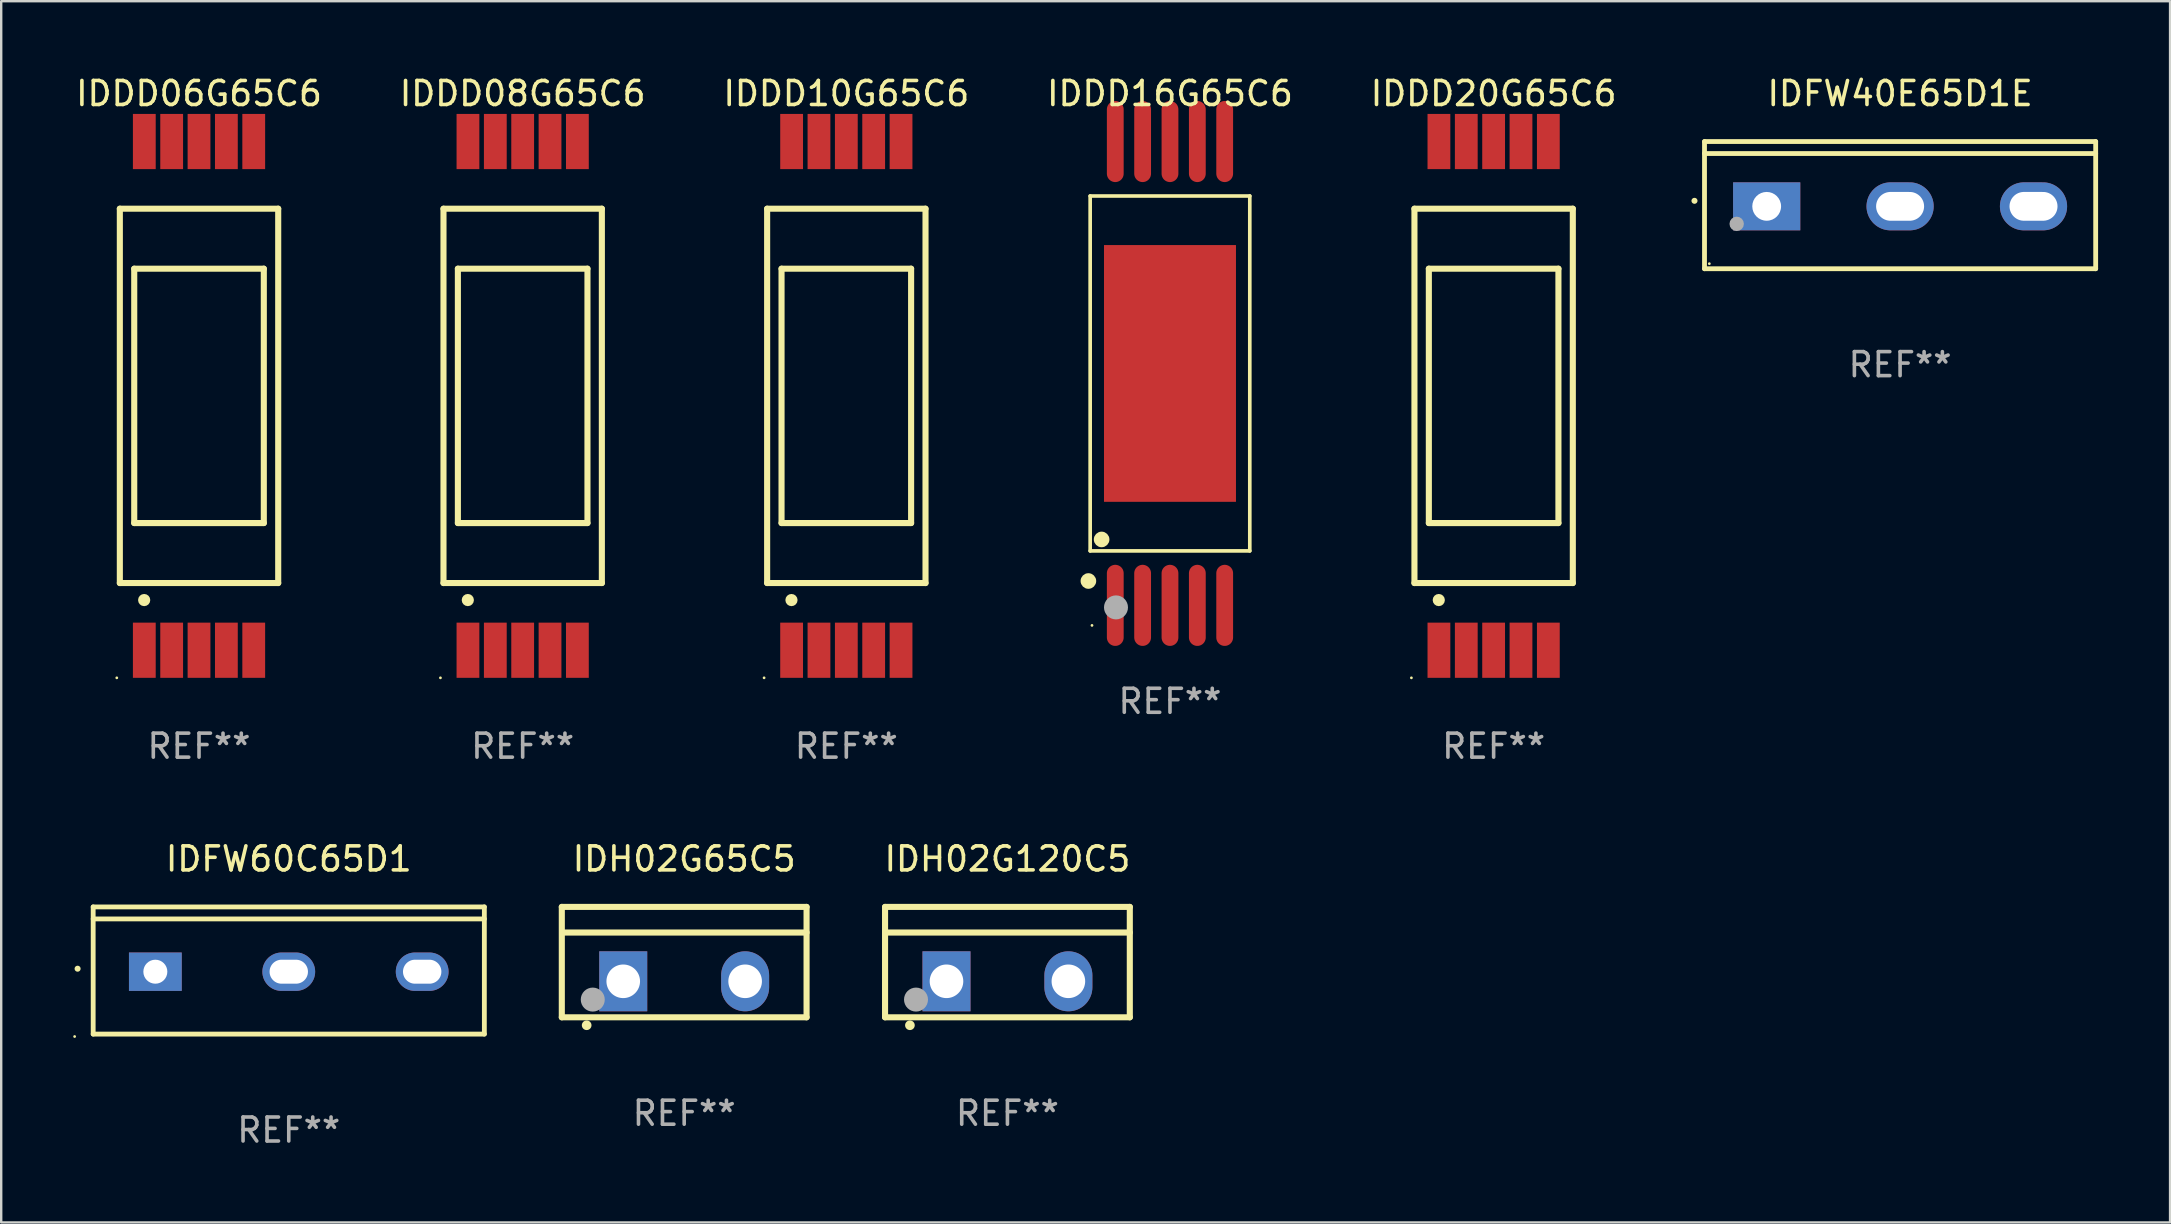
<source format=kicad_pcb>
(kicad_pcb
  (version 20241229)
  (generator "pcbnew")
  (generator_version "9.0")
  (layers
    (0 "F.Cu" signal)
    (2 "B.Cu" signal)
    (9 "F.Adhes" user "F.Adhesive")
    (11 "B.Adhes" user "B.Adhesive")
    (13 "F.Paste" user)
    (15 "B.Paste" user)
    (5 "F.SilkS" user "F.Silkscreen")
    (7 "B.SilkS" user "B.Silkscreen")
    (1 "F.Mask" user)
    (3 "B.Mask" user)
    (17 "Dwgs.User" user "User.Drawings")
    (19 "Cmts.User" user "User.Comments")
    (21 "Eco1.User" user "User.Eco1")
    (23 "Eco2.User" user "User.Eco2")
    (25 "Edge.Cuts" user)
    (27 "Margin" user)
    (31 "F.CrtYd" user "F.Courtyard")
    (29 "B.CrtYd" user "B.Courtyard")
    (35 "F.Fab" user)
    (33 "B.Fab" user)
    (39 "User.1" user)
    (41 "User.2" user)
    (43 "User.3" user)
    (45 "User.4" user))
  (footprint "IDH02G65C5"
    (layer "F.Cu")
    (at 25.463 37.045)
    (property "Reference" "IDH02G65C5" (at 0 -4.3 0) (layer "F.SilkS") (effects (font (size 1 1) (thickness 0.15))))
    (attr through_hole)
    (fp_line (start -5.1 -2.3) (end -5.1 2.3) (stroke (width 0.254) (type solid)) (layer "F.SilkS"))
    (fp_line (start -5.1 2.3) (end 5.1 2.3) (stroke (width 0.254) (type solid)) (layer "F.SilkS"))
    (fp_line (start -5.08 -1.232) (end 5.1 -1.232) (stroke (width 0.254) (type solid)) (layer "F.SilkS"))
    (fp_line (start 5.1 -2.3) (end -5.1 -2.3) (stroke (width 0.254) (type solid)) (layer "F.SilkS"))
    (fp_line (start 5.1 -2.3) (end 5.1 2.3) (stroke (width 0.254) (type solid)) (layer "F.SilkS"))
    (fp_arc (start -4.065278 2.632004) (mid -4.064008 2.632) (end -4.062738 2.632004) (stroke (width 0.4) (type solid)) (layer "F.SilkS"))
    (fp_circle (center -5.1 2.32) (end -5.07 2.32) (stroke (width 0.06) (type solid)) (fill no) (layer "F.SilkS"))
    (fp_circle (center -3.81 1.562) (end -3.56 1.562) (stroke (width 0.5) (type solid)) (fill no) (layer "F.Fab"))
    (fp_text user "REF**" (at 0 6.3 0) (layer "F.Fab") (effects (font (size 1 1) (thickness 0.15))))
    (pad "1" thru_hole rect (at -2.54 0.8) (size 2 2.5) (drill 1.4) (layers "*.Cu" "*.Mask"))
    (pad "2" thru_hole oval (at 2.54 0.8) (size 2 2.5) (drill 1.4) (layers "*.Cu" "*.Mask")))
  (footprint "IDDD10G65C6"
    (layer "F.Cu")
    (at 32.22 13.448)
    (property "Reference" "IDDD10G65C6" (at 0 -12.6 0) (layer "F.SilkS") (effects (font (size 1 1) (thickness 0.15))))
    (attr through_hole)
    (fp_line (start -3.3 -7.8) (end -3.3 7.8) (stroke (width 0.254) (type solid)) (layer "F.SilkS"))
    (fp_line (start -3.3 -7.8) (end 3.3 -7.8) (stroke (width 0.254) (type solid)) (layer "F.SilkS"))
    (fp_line (start -3.3 7.8) (end 3.3 7.8) (stroke (width 0.254) (type solid)) (layer "F.SilkS"))
    (fp_line (start -2.7 -5.3) (end -2.7 5.3) (stroke (width 0.254) (type solid)) (layer "F.SilkS"))
    (fp_line (start -2.7 -5.3) (end 2.7 -5.3) (stroke (width 0.254) (type solid)) (layer "F.SilkS"))
    (fp_line (start -2.7 5.3) (end 2.7 5.3) (stroke (width 0.254) (type solid)) (layer "F.SilkS"))
    (fp_line (start 2.7 -5.3) (end 2.7 5.3) (stroke (width 0.254) (type solid)) (layer "F.SilkS"))
    (fp_line (start 3.3 -7.8) (end 3.3 7.8) (stroke (width 0.254) (type solid)) (layer "F.SilkS"))
    (fp_circle (center -3.427 11.75) (end -3.397 11.75) (stroke (width 0.06) (type solid)) (fill no) (layer "F.SilkS"))
    (fp_circle (center -2.286 8.509) (end -2.159 8.509) (stroke (width 0.254) (type solid)) (fill no) (layer "F.SilkS"))
    (fp_text user "REF**" (at 0 14.6 0) (layer "F.Fab") (effects (font (size 1 1) (thickness 0.15))))
    (pad "1" smd rect (at -2.28 10.6) (size 0.95 2.3) (layers "F.Cu" "F.Mask" "F.Paste"))
    (pad "2" smd rect (at -1.14 10.6) (size 0.95 2.3) (layers "F.Cu" "F.Mask" "F.Paste"))
    (pad "3" smd rect (at -0.000102 10.6) (size 0.95 2.3) (layers "F.Cu" "F.Mask" "F.Paste"))
    (pad "4" smd rect (at 1.14 10.6) (size 0.95 2.3) (layers "F.Cu" "F.Mask" "F.Paste"))
    (pad "5" smd rect (at 2.28 10.6) (size 0.95 2.3) (layers "F.Cu" "F.Mask" "F.Paste"))
    (pad "6" smd rect (at 2.28 -10.6) (size 0.95 2.3) (layers "F.Cu" "F.Mask" "F.Paste"))
    (pad "7" smd rect (at 1.14 -10.6) (size 0.95 2.3) (layers "F.Cu" "F.Mask" "F.Paste"))
    (pad "8" smd rect (at -0.000102 -10.6) (size 0.95 2.3) (layers "F.Cu" "F.Mask" "F.Paste"))
    (pad "9" smd rect (at -1.14 -10.6) (size 0.95 2.3) (layers "F.Cu" "F.Mask" "F.Paste"))
    (pad "10" smd rect (at -2.28 -10.6) (size 0.95 2.3) (layers "F.Cu" "F.Mask" "F.Paste")))
  (footprint "IDDD16G65C6"
    (layer "F.Cu")
    (at 45.708 12.513)
    (property "Reference" "IDDD16G65C6" (at 0 -11.665 0) (layer "F.SilkS") (effects (font (size 1 1) (thickness 0.15))))
    (attr through_hole)
    (fp_line (start -3.326 -7.395) (end 3.326 -7.395) (stroke (width 0.152) (type solid)) (layer "F.SilkS"))
    (fp_line (start -3.326 7.395) (end -3.326 -7.395) (stroke (width 0.152) (type solid)) (layer "F.SilkS"))
    (fp_line (start 3.326 -7.395) (end 3.326 7.395) (stroke (width 0.152) (type solid)) (layer "F.SilkS"))
    (fp_line (start 3.326 7.395) (end -3.326 7.395) (stroke (width 0.152) (type solid)) (layer "F.SilkS"))
    (fp_circle (center -3.4 8.65) (end -3.237 8.65) (stroke (width 0.325) (type solid)) (fill no) (layer "F.SilkS"))
    (fp_circle (center -3.25 10.5) (end -3.22 10.5) (stroke (width 0.06) (type solid)) (fill no) (layer "F.SilkS"))
    (fp_circle (center -2.849 6.918) (end -2.686 6.918) (stroke (width 0.325) (type solid)) (fill no) (layer "F.SilkS"))
    (fp_circle (center -2.25 9.75) (end -2 9.75) (stroke (width 0.5) (type solid)) (fill no) (layer "F.Fab"))
    (fp_text user "REF**" (at 0 13.665 0) (layer "F.Fab") (effects (font (size 1 1) (thickness 0.15))))
    (pad "1" smd oval (at -2.28 9.665) (size 0.7 3.38) (layers "F.Cu" "F.Mask" "F.Paste"))
    (pad "2" smd oval (at -1.14 9.665) (size 0.7 3.38) (layers "F.Cu" "F.Mask" "F.Paste"))
    (pad "3" smd oval (at -0.000013 9.665) (size 0.7 3.38) (layers "F.Cu" "F.Mask" "F.Paste"))
    (pad "4" smd oval (at 1.14 9.665) (size 0.7 3.38) (layers "F.Cu" "F.Mask" "F.Paste"))
    (pad "5" smd oval (at 2.28 9.665) (size 0.7 3.38) (layers "F.Cu" "F.Mask" "F.Paste"))
    (pad "6" smd oval (at 2.28 -9.665) (size 0.7 3.38) (layers "F.Cu" "F.Mask" "F.Paste"))
    (pad "7" smd oval (at 1.14 -9.665) (size 0.7 3.38) (layers "F.Cu" "F.Mask" "F.Paste"))
    (pad "8" smd oval (at -0.000013 -9.665) (size 0.7 3.38) (layers "F.Cu" "F.Mask" "F.Paste"))
    (pad "9" smd oval (at -1.14 -9.665) (size 0.7 3.38) (layers "F.Cu" "F.Mask" "F.Paste"))
    (pad "10" smd oval (at -2.28 -9.665) (size 0.7 3.38) (layers "F.Cu" "F.Mask" "F.Paste"))
    (pad "11" smd rect (at -0.000013 0) (size 5.5 10.7) (layers "F.Cu" "F.Mask" "F.Paste")))
  (footprint "IDDD06G65C6"
    (layer "F.Cu")
    (at 5.244 13.448)
    (property "Reference" "IDDD06G65C6" (at 0 -12.6 0) (layer "F.SilkS") (effects (font (size 1 1) (thickness 0.15))))
    (attr through_hole)
    (fp_line (start -3.3 -7.8) (end -3.3 7.8) (stroke (width 0.254) (type solid)) (layer "F.SilkS"))
    (fp_line (start -3.3 -7.8) (end 3.3 -7.8) (stroke (width 0.254) (type solid)) (layer "F.SilkS"))
    (fp_line (start -3.3 7.8) (end 3.3 7.8) (stroke (width 0.254) (type solid)) (layer "F.SilkS"))
    (fp_line (start -2.7 -5.3) (end -2.7 5.3) (stroke (width 0.254) (type solid)) (layer "F.SilkS"))
    (fp_line (start -2.7 -5.3) (end 2.7 -5.3) (stroke (width 0.254) (type solid)) (layer "F.SilkS"))
    (fp_line (start -2.7 5.3) (end 2.7 5.3) (stroke (width 0.254) (type solid)) (layer "F.SilkS"))
    (fp_line (start 2.7 -5.3) (end 2.7 5.3) (stroke (width 0.254) (type solid)) (layer "F.SilkS"))
    (fp_line (start 3.3 -7.8) (end 3.3 7.8) (stroke (width 0.254) (type solid)) (layer "F.SilkS"))
    (fp_circle (center -3.427 11.75) (end -3.397 11.75) (stroke (width 0.06) (type solid)) (fill no) (layer "F.SilkS"))
    (fp_circle (center -2.286 8.509) (end -2.159 8.509) (stroke (width 0.254) (type solid)) (fill no) (layer "F.SilkS"))
    (fp_text user "REF**" (at 0 14.6 0) (layer "F.Fab") (effects (font (size 1 1) (thickness 0.15))))
    (pad "1" smd rect (at -2.28 10.6) (size 0.95 2.3) (layers "F.Cu" "F.Mask" "F.Paste"))
    (pad "2" smd rect (at -1.14 10.6) (size 0.95 2.3) (layers "F.Cu" "F.Mask" "F.Paste"))
    (pad "3" smd rect (at -0.000102 10.6) (size 0.95 2.3) (layers "F.Cu" "F.Mask" "F.Paste"))
    (pad "4" smd rect (at 1.14 10.6) (size 0.95 2.3) (layers "F.Cu" "F.Mask" "F.Paste"))
    (pad "5" smd rect (at 2.28 10.6) (size 0.95 2.3) (layers "F.Cu" "F.Mask" "F.Paste"))
    (pad "6" smd rect (at 2.28 -10.6) (size 0.95 2.3) (layers "F.Cu" "F.Mask" "F.Paste"))
    (pad "7" smd rect (at 1.14 -10.6) (size 0.95 2.3) (layers "F.Cu" "F.Mask" "F.Paste"))
    (pad "8" smd rect (at -0.000102 -10.6) (size 0.95 2.3) (layers "F.Cu" "F.Mask" "F.Paste"))
    (pad "9" smd rect (at -1.14 -10.6) (size 0.95 2.3) (layers "F.Cu" "F.Mask" "F.Paste"))
    (pad "10" smd rect (at -2.28 -10.6) (size 0.95 2.3) (layers "F.Cu" "F.Mask" "F.Paste")))
  (footprint "IDDD20G65C6"
    (layer "F.Cu")
    (at 59.196 13.448)
    (property "Reference" "IDDD20G65C6" (at 0 -12.6 0) (layer "F.SilkS") (effects (font (size 1 1) (thickness 0.15))))
    (attr through_hole)
    (fp_line (start -3.3 -7.8) (end -3.3 7.8) (stroke (width 0.254) (type solid)) (layer "F.SilkS"))
    (fp_line (start -3.3 -7.8) (end 3.3 -7.8) (stroke (width 0.254) (type solid)) (layer "F.SilkS"))
    (fp_line (start -3.3 7.8) (end 3.3 7.8) (stroke (width 0.254) (type solid)) (layer "F.SilkS"))
    (fp_line (start -2.7 -5.3) (end -2.7 5.3) (stroke (width 0.254) (type solid)) (layer "F.SilkS"))
    (fp_line (start -2.7 -5.3) (end 2.7 -5.3) (stroke (width 0.254) (type solid)) (layer "F.SilkS"))
    (fp_line (start -2.7 5.3) (end 2.7 5.3) (stroke (width 0.254) (type solid)) (layer "F.SilkS"))
    (fp_line (start 2.7 -5.3) (end 2.7 5.3) (stroke (width 0.254) (type solid)) (layer "F.SilkS"))
    (fp_line (start 3.3 -7.8) (end 3.3 7.8) (stroke (width 0.254) (type solid)) (layer "F.SilkS"))
    (fp_circle (center -3.427 11.75) (end -3.397 11.75) (stroke (width 0.06) (type solid)) (fill no) (layer "F.SilkS"))
    (fp_circle (center -2.286 8.509) (end -2.159 8.509) (stroke (width 0.254) (type solid)) (fill no) (layer "F.SilkS"))
    (fp_text user "REF**" (at 0 14.6 0) (layer "F.Fab") (effects (font (size 1 1) (thickness 0.15))))
    (pad "1" smd rect (at -2.28 10.6) (size 0.95 2.3) (layers "F.Cu" "F.Mask" "F.Paste"))
    (pad "2" smd rect (at -1.14 10.6) (size 0.95 2.3) (layers "F.Cu" "F.Mask" "F.Paste"))
    (pad "3" smd rect (at -0.000102 10.6) (size 0.95 2.3) (layers "F.Cu" "F.Mask" "F.Paste"))
    (pad "4" smd rect (at 1.14 10.6) (size 0.95 2.3) (layers "F.Cu" "F.Mask" "F.Paste"))
    (pad "5" smd rect (at 2.28 10.6) (size 0.95 2.3) (layers "F.Cu" "F.Mask" "F.Paste"))
    (pad "6" smd rect (at 2.28 -10.6) (size 0.95 2.3) (layers "F.Cu" "F.Mask" "F.Paste"))
    (pad "7" smd rect (at 1.14 -10.6) (size 0.95 2.3) (layers "F.Cu" "F.Mask" "F.Paste"))
    (pad "8" smd rect (at -0.000102 -10.6) (size 0.95 2.3) (layers "F.Cu" "F.Mask" "F.Paste"))
    (pad "9" smd rect (at -1.14 -10.6) (size 0.95 2.3) (layers "F.Cu" "F.Mask" "F.Paste"))
    (pad "10" smd rect (at -2.28 -10.6) (size 0.95 2.3) (layers "F.Cu" "F.Mask" "F.Paste")))
  (footprint "IDFW60C65D1"
    (layer "F.Cu")
    (at 8.984 37.395)
    (property "Reference" "IDFW60C65D1" (at 0 -4.65 0) (layer "F.SilkS") (effects (font (size 1 1) (thickness 0.15))))
    (attr through_hole)
    (fp_line (start -8.151 -2.65) (end -8.151 2.65) (stroke (width 0.201) (type solid)) (layer "F.SilkS"))
    (fp_line (start 8.151 -2.65) (end -8.151 -2.65) (stroke (width 0.201) (type solid)) (layer "F.SilkS"))
    (fp_line (start 8.151 -2.15) (end -8.151 -2.15) (stroke (width 0.201) (type solid)) (layer "F.SilkS"))
    (fp_line (start 8.151 2.65) (end -8.151 2.65) (stroke (width 0.201) (type solid)) (layer "F.SilkS"))
    (fp_line (start 8.151 2.65) (end 8.151 -2.65) (stroke (width 0.201) (type solid)) (layer "F.SilkS"))
    (fp_arc (start -8.801118 -0.074943) (mid -8.799848 -0.074949) (end -8.798578 -0.074943) (stroke (width 0.24892) (type solid)) (layer "F.SilkS"))
    (fp_circle (center -8.924 2.751) (end -8.894 2.751) (stroke (width 0.06) (type solid)) (fill no) (layer "F.SilkS"))
    (fp_text user "REF**" (at 0 6.65 0) (layer "F.Fab") (effects (font (size 1 1) (thickness 0.15))))
    (pad "1" thru_hole rect (at -5.56 0.05 90) (size 1.6 2.2) (drill 1) (layers "*.Cu" "*.Mask"))
    (pad "2" thru_hole oval (at 0 0.05 90) (size 1.6 2.2) (drill oval 1 1.6) (layers "*.Cu" "*.Mask"))
    (pad "3" thru_hole oval (at 5.56 0.05 90) (size 1.6 2.2) (drill oval 1 1.6) (layers "*.Cu" "*.Mask")))
  (footprint "IDH02G120C5"
    (layer "F.Cu")
    (at 38.934 37.045)
    (property "Reference" "IDH02G120C5" (at 0 -4.3 0) (layer "F.SilkS") (effects (font (size 1 1) (thickness 0.15))))
    (attr through_hole)
    (fp_line (start -5.1 -2.3) (end -5.1 2.3) (stroke (width 0.254) (type solid)) (layer "F.SilkS"))
    (fp_line (start -5.1 2.3) (end 5.1 2.3) (stroke (width 0.254) (type solid)) (layer "F.SilkS"))
    (fp_line (start -5.08 -1.232) (end 5.1 -1.232) (stroke (width 0.254) (type solid)) (layer "F.SilkS"))
    (fp_line (start 5.1 -2.3) (end -5.1 -2.3) (stroke (width 0.254) (type solid)) (layer "F.SilkS"))
    (fp_line (start 5.1 -2.3) (end 5.1 2.3) (stroke (width 0.254) (type solid)) (layer "F.SilkS"))
    (fp_arc (start -4.065278 2.632004) (mid -4.064008 2.632) (end -4.062738 2.632004) (stroke (width 0.4) (type solid)) (layer "F.SilkS"))
    (fp_circle (center -5.1 2.32) (end -5.07 2.32) (stroke (width 0.06) (type solid)) (fill no) (layer "F.SilkS"))
    (fp_circle (center -3.81 1.562) (end -3.56 1.562) (stroke (width 0.5) (type solid)) (fill no) (layer "F.Fab"))
    (fp_text user "REF**" (at 0 6.3 0) (layer "F.Fab") (effects (font (size 1 1) (thickness 0.15))))
    (pad "1" thru_hole rect (at -2.54 0.8) (size 2 2.5) (drill 1.4) (layers "*.Cu" "*.Mask"))
    (pad "2" thru_hole oval (at 2.54 0.8) (size 2 2.5) (drill 1.4) (layers "*.Cu" "*.Mask")))
  (footprint "IDFW40E65D1E"
    (layer "F.Cu")
    (at 76.135 5.499)
    (property "Reference" "IDFW40E65D1E" (at 0 -4.65 0) (layer "F.SilkS") (effects (font (size 1 1) (thickness 0.15))))
    (attr through_hole)
    (fp_line (start -8.151 -2.65) (end -8.151 2.65) (stroke (width 0.201) (type solid)) (layer "F.SilkS"))
    (fp_line (start 8.151 -2.65) (end -8.151 -2.65) (stroke (width 0.201) (type solid)) (layer "F.SilkS"))
    (fp_line (start 8.151 -2.15) (end -8.151 -2.15) (stroke (width 0.201) (type solid)) (layer "F.SilkS"))
    (fp_line (start 8.151 2.65) (end -8.151 2.65) (stroke (width 0.201) (type solid)) (layer "F.SilkS"))
    (fp_line (start 8.151 2.65) (end 8.151 -2.65) (stroke (width 0.201) (type solid)) (layer "F.SilkS"))
    (fp_arc (start -8.570003 -0.18048) (mid -8.568733 -0.180486) (end -8.567463 -0.18048) (stroke (width 0.24892) (type solid)) (layer "F.SilkS"))
    (fp_circle (center -7.95 2.44) (end -7.92 2.44) (stroke (width 0.06) (type solid)) (fill no) (layer "F.SilkS"))
    (fp_circle (center -6.81 0.78) (end -6.66 0.78) (stroke (width 0.3) (type solid)) (fill no) (layer "F.Fab"))
    (fp_text user "REF**" (at 0 6.65 0) (layer "F.Fab") (effects (font (size 1 1) (thickness 0.15))))
    (pad "1" thru_hole rect (at -5.56 0.05 90) (size 2 2.8) (drill 1.2) (layers "*.Cu" "*.Mask"))
    (pad "2" thru_hole oval (at 0 0.05 90) (size 2 2.8) (drill oval 1.2 2) (layers "*.Cu" "*.Mask"))
    (pad "3" thru_hole oval (at 5.56 0.05 90) (size 2 2.8) (drill oval 1.2 2) (layers "*.Cu" "*.Mask")))
  (footprint "IDDD08G65C6"
    (layer "F.Cu")
    (at 18.732 13.448)
    (property "Reference" "IDDD08G65C6" (at 0 -12.6 0) (layer "F.SilkS") (effects (font (size 1 1) (thickness 0.15))))
    (attr through_hole)
    (fp_line (start -3.3 -7.8) (end -3.3 7.8) (stroke (width 0.254) (type solid)) (layer "F.SilkS"))
    (fp_line (start -3.3 -7.8) (end 3.3 -7.8) (stroke (width 0.254) (type solid)) (layer "F.SilkS"))
    (fp_line (start -3.3 7.8) (end 3.3 7.8) (stroke (width 0.254) (type solid)) (layer "F.SilkS"))
    (fp_line (start -2.7 -5.3) (end -2.7 5.3) (stroke (width 0.254) (type solid)) (layer "F.SilkS"))
    (fp_line (start -2.7 -5.3) (end 2.7 -5.3) (stroke (width 0.254) (type solid)) (layer "F.SilkS"))
    (fp_line (start -2.7 5.3) (end 2.7 5.3) (stroke (width 0.254) (type solid)) (layer "F.SilkS"))
    (fp_line (start 2.7 -5.3) (end 2.7 5.3) (stroke (width 0.254) (type solid)) (layer "F.SilkS"))
    (fp_line (start 3.3 -7.8) (end 3.3 7.8) (stroke (width 0.254) (type solid)) (layer "F.SilkS"))
    (fp_circle (center -3.427 11.75) (end -3.397 11.75) (stroke (width 0.06) (type solid)) (fill no) (layer "F.SilkS"))
    (fp_circle (center -2.286 8.509) (end -2.159 8.509) (stroke (width 0.254) (type solid)) (fill no) (layer "F.SilkS"))
    (fp_text user "REF**" (at 0 14.6 0) (layer "F.Fab") (effects (font (size 1 1) (thickness 0.15))))
    (pad "1" smd rect (at -2.28 10.6) (size 0.95 2.3) (layers "F.Cu" "F.Mask" "F.Paste"))
    (pad "2" smd rect (at -1.14 10.6) (size 0.95 2.3) (layers "F.Cu" "F.Mask" "F.Paste"))
    (pad "3" smd rect (at -0.000102 10.6) (size 0.95 2.3) (layers "F.Cu" "F.Mask" "F.Paste"))
    (pad "4" smd rect (at 1.14 10.6) (size 0.95 2.3) (layers "F.Cu" "F.Mask" "F.Paste"))
    (pad "5" smd rect (at 2.28 10.6) (size 0.95 2.3) (layers "F.Cu" "F.Mask" "F.Paste"))
    (pad "6" smd rect (at 2.28 -10.6) (size 0.95 2.3) (layers "F.Cu" "F.Mask" "F.Paste"))
    (pad "7" smd rect (at 1.14 -10.6) (size 0.95 2.3) (layers "F.Cu" "F.Mask" "F.Paste"))
    (pad "8" smd rect (at -0.000102 -10.6) (size 0.95 2.3) (layers "F.Cu" "F.Mask" "F.Paste"))
    (pad "9" smd rect (at -1.14 -10.6) (size 0.95 2.3) (layers "F.Cu" "F.Mask" "F.Paste"))
    (pad "10" smd rect (at -2.28 -10.6) (size 0.95 2.3) (layers "F.Cu" "F.Mask" "F.Paste")))
  (gr_rect
    (start -3 -3)
    (end 87.386 47.894)
    (stroke (width 0.1) (type default))
    (fill no)
    (layer "Edge.Cuts")))
</source>
